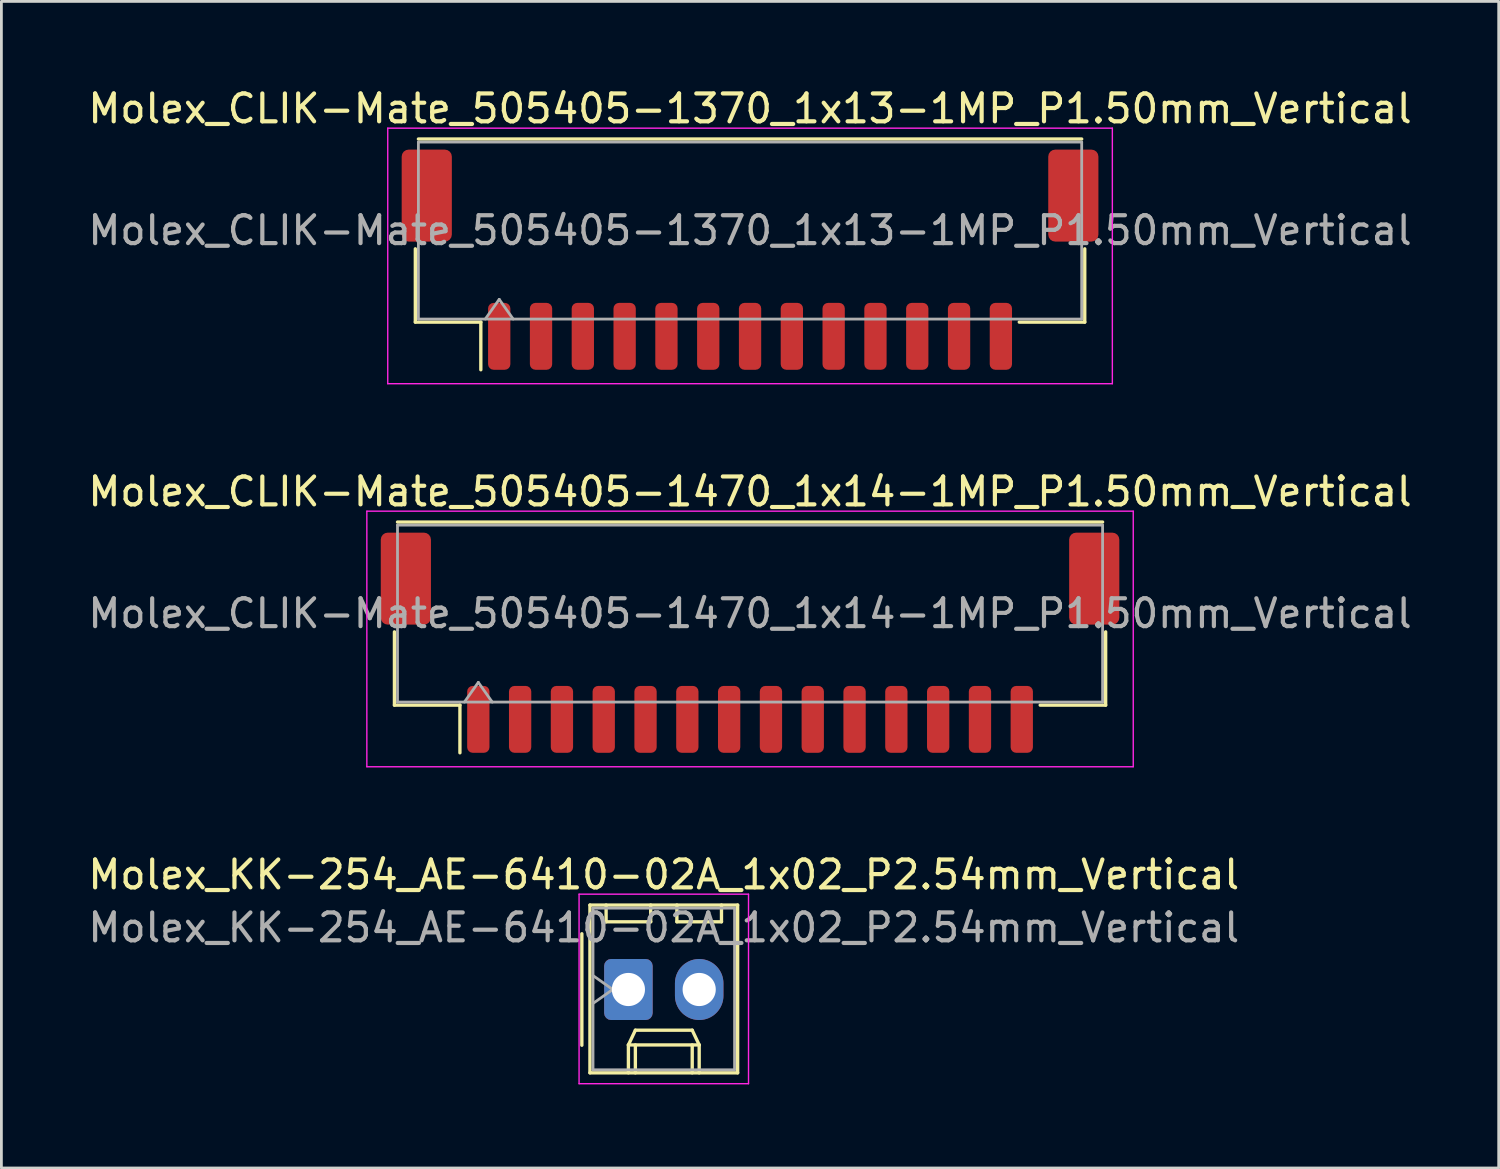
<source format=kicad_pcb>
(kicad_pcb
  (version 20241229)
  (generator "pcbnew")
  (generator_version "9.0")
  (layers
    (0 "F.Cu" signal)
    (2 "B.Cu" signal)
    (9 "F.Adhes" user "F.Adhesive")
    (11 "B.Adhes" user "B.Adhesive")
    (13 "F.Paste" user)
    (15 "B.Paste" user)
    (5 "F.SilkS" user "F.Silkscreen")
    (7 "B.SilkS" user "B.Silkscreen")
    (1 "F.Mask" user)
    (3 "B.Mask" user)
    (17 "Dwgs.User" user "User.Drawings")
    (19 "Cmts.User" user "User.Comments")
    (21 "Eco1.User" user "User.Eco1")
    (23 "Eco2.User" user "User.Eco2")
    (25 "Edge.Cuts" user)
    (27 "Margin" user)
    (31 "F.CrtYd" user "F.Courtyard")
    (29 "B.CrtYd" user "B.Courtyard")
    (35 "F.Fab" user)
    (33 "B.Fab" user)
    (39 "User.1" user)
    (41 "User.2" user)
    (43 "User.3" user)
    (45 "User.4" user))
  (footprint "Molex_KK-254_AE-6410-02A_1x02_P2.54mm_Vertical"
    (layer "F.Cu")
    (at 19.498 32.455)
    (property "Reference" "Molex_KK-254_AE-6410-02A_1x02_P2.54mm_Vertical" (at 1.27 -4.12 0) (layer "F.SilkS") (effects (font (size 1 1) (thickness 0.15))))
    (attr through_hole)
    (fp_line (start -1.67 -2) (end -1.67 2) (stroke (width 0.12) (type solid)) (layer "F.SilkS"))
    (fp_line (start -1.38 -3.03) (end -1.38 2.99) (stroke (width 0.12) (type solid)) (layer "F.SilkS"))
    (fp_line (start -1.38 2.99) (end 3.92 2.99) (stroke (width 0.12) (type solid)) (layer "F.SilkS"))
    (fp_line (start -0.8 -3.03) (end -0.8 -2.43) (stroke (width 0.12) (type solid)) (layer "F.SilkS"))
    (fp_line (start -0.8 -2.43) (end 0.8 -2.43) (stroke (width 0.12) (type solid)) (layer "F.SilkS"))
    (fp_line (start 0 1.99) (end 0.25 1.46) (stroke (width 0.12) (type solid)) (layer "F.SilkS"))
    (fp_line (start 0 1.99) (end 2.54 1.99) (stroke (width 0.12) (type solid)) (layer "F.SilkS"))
    (fp_line (start 0 2.99) (end 0 1.99) (stroke (width 0.12) (type solid)) (layer "F.SilkS"))
    (fp_line (start 0.25 1.46) (end 2.29 1.46) (stroke (width 0.12) (type solid)) (layer "F.SilkS"))
    (fp_line (start 0.25 2.99) (end 0.25 1.99) (stroke (width 0.12) (type solid)) (layer "F.SilkS"))
    (fp_line (start 0.8 -2.43) (end 0.8 -3.03) (stroke (width 0.12) (type solid)) (layer "F.SilkS"))
    (fp_line (start 1.74 -3.03) (end 1.74 -2.43) (stroke (width 0.12) (type solid)) (layer "F.SilkS"))
    (fp_line (start 1.74 -2.43) (end 3.34 -2.43) (stroke (width 0.12) (type solid)) (layer "F.SilkS"))
    (fp_line (start 2.29 1.46) (end 2.54 1.99) (stroke (width 0.12) (type solid)) (layer "F.SilkS"))
    (fp_line (start 2.29 2.99) (end 2.29 1.99) (stroke (width 0.12) (type solid)) (layer "F.SilkS"))
    (fp_line (start 2.54 1.99) (end 2.54 2.99) (stroke (width 0.12) (type solid)) (layer "F.SilkS"))
    (fp_line (start 3.34 -2.43) (end 3.34 -3.03) (stroke (width 0.12) (type solid)) (layer "F.SilkS"))
    (fp_line (start 3.92 -3.03) (end -1.38 -3.03) (stroke (width 0.12) (type solid)) (layer "F.SilkS"))
    (fp_line (start 3.92 2.99) (end 3.92 -3.03) (stroke (width 0.12) (type solid)) (layer "F.SilkS"))
    (fp_line (start -1.77 -3.42) (end -1.77 3.38) (stroke (width 0.05) (type solid)) (layer "F.CrtYd"))
    (fp_line (start -1.77 3.38) (end 4.31 3.38) (stroke (width 0.05) (type solid)) (layer "F.CrtYd"))
    (fp_line (start 4.31 -3.42) (end -1.77 -3.42) (stroke (width 0.05) (type solid)) (layer "F.CrtYd"))
    (fp_line (start 4.31 3.38) (end 4.31 -3.42) (stroke (width 0.05) (type solid)) (layer "F.CrtYd"))
    (fp_line (start -1.27 -2.92) (end -1.27 2.88) (stroke (width 0.1) (type solid)) (layer "F.Fab"))
    (fp_line (start -1.27 -0.5) (end -0.563 0) (stroke (width 0.1) (type solid)) (layer "F.Fab"))
    (fp_line (start -1.27 2.88) (end 3.81 2.88) (stroke (width 0.1) (type solid)) (layer "F.Fab"))
    (fp_line (start -0.563 0) (end -1.27 0.5) (stroke (width 0.1) (type solid)) (layer "F.Fab"))
    (fp_line (start 3.81 -2.92) (end -1.27 -2.92) (stroke (width 0.1) (type solid)) (layer "F.Fab"))
    (fp_line (start 3.81 2.88) (end 3.81 -2.92) (stroke (width 0.1) (type solid)) (layer "F.Fab"))
    (fp_text user "${REFERENCE}" (at 1.27 -2.22 0) (layer "F.Fab") (effects (font (size 1 1) (thickness 0.15))))
    (pad "1" thru_hole roundrect (at 0 0) (size 1.74 2.19) (drill 1.19) (layers "*.Cu" "*.Mask") (roundrect_rratio 0.144))
    (pad "2" thru_hole oval (at 2.54 0) (size 1.74 2.19) (drill 1.19) (layers "*.Cu" "*.Mask")))
  (footprint "Molex_CLIK-Mate_505405-1470_1x14-1MP_P1.50mm_Vertical"
    (layer "F.Cu")
    (at 23.863 20.012)
    (property "Reference" "Molex_CLIK-Mate_505405-1470_1x14-1MP_P1.50mm_Vertical" (at 0 -5.42 0) (layer "F.SilkS") (effects (font (size 1 1) (thickness 0.15))))
    (attr smd)
    (fp_line (start -12.76 -0.39) (end -12.76 2.24) (stroke (width 0.12) (type solid)) (layer "F.SilkS"))
    (fp_line (start -12.76 2.24) (end -10.41 2.24) (stroke (width 0.12) (type solid)) (layer "F.SilkS"))
    (fp_line (start -12.65 -4.33) (end 12.65 -4.33) (stroke (width 0.12) (type solid)) (layer "F.SilkS"))
    (fp_line (start -10.41 2.24) (end -10.41 3.95) (stroke (width 0.12) (type solid)) (layer "F.SilkS"))
    (fp_line (start 12.76 -0.39) (end 12.76 2.24) (stroke (width 0.12) (type solid)) (layer "F.SilkS"))
    (fp_line (start 12.76 2.24) (end 10.41 2.24) (stroke (width 0.12) (type solid)) (layer "F.SilkS"))
    (fp_line (start -13.75 -4.72) (end -13.75 4.45) (stroke (width 0.05) (type solid)) (layer "F.CrtYd"))
    (fp_line (start -13.75 4.45) (end 13.75 4.45) (stroke (width 0.05) (type solid)) (layer "F.CrtYd"))
    (fp_line (start 13.75 -4.72) (end -13.75 -4.72) (stroke (width 0.05) (type solid)) (layer "F.CrtYd"))
    (fp_line (start 13.75 4.45) (end 13.75 -4.72) (stroke (width 0.05) (type solid)) (layer "F.CrtYd"))
    (fp_line (start -12.65 -4.22) (end 12.65 -4.22) (stroke (width 0.1) (type solid)) (layer "F.Fab"))
    (fp_line (start -12.65 2.13) (end -12.65 -4.22) (stroke (width 0.1) (type solid)) (layer "F.Fab"))
    (fp_line (start -12.65 2.13) (end 12.65 2.13) (stroke (width 0.1) (type solid)) (layer "F.Fab"))
    (fp_line (start -10.25 2.13) (end -9.75 1.423) (stroke (width 0.1) (type solid)) (layer "F.Fab"))
    (fp_line (start -9.75 1.423) (end -9.25 2.13) (stroke (width 0.1) (type solid)) (layer "F.Fab"))
    (fp_line (start 12.65 2.13) (end 12.65 -4.22) (stroke (width 0.1) (type solid)) (layer "F.Fab"))
    (fp_text user "${REFERENCE}" (at 0 -1.05 0) (layer "F.Fab") (effects (font (size 1 1) (thickness 0.15))))
    (pad "1" smd roundrect (at -9.75 2.75) (size 0.8 2.4) (layers "F.Cu" "F.Mask" "F.Paste") (roundrect_rratio 0.25))
    (pad "2" smd roundrect (at -8.25 2.75) (size 0.8 2.4) (layers "F.Cu" "F.Mask" "F.Paste") (roundrect_rratio 0.25))
    (pad "3" smd roundrect (at -6.75 2.75) (size 0.8 2.4) (layers "F.Cu" "F.Mask" "F.Paste") (roundrect_rratio 0.25))
    (pad "4" smd roundrect (at -5.25 2.75) (size 0.8 2.4) (layers "F.Cu" "F.Mask" "F.Paste") (roundrect_rratio 0.25))
    (pad "5" smd roundrect (at -3.75 2.75) (size 0.8 2.4) (layers "F.Cu" "F.Mask" "F.Paste") (roundrect_rratio 0.25))
    (pad "6" smd roundrect (at -2.25 2.75) (size 0.8 2.4) (layers "F.Cu" "F.Mask" "F.Paste") (roundrect_rratio 0.25))
    (pad "7" smd roundrect (at -0.75 2.75) (size 0.8 2.4) (layers "F.Cu" "F.Mask" "F.Paste") (roundrect_rratio 0.25))
    (pad "8" smd roundrect (at 0.75 2.75) (size 0.8 2.4) (layers "F.Cu" "F.Mask" "F.Paste") (roundrect_rratio 0.25))
    (pad "9" smd roundrect (at 2.25 2.75) (size 0.8 2.4) (layers "F.Cu" "F.Mask" "F.Paste") (roundrect_rratio 0.25))
    (pad "10" smd roundrect (at 3.75 2.75) (size 0.8 2.4) (layers "F.Cu" "F.Mask" "F.Paste") (roundrect_rratio 0.25))
    (pad "11" smd roundrect (at 5.25 2.75) (size 0.8 2.4) (layers "F.Cu" "F.Mask" "F.Paste") (roundrect_rratio 0.25))
    (pad "12" smd roundrect (at 6.75 2.75) (size 0.8 2.4) (layers "F.Cu" "F.Mask" "F.Paste") (roundrect_rratio 0.25))
    (pad "13" smd roundrect (at 8.25 2.75) (size 0.8 2.4) (layers "F.Cu" "F.Mask" "F.Paste") (roundrect_rratio 0.25))
    (pad "14" smd roundrect (at 9.75 2.75) (size 0.8 2.4) (layers "F.Cu" "F.Mask" "F.Paste") (roundrect_rratio 0.25))
    (pad "MP" smd roundrect (at -12.35 -2.3) (size 1.8 3.3) (layers "F.Cu" "F.Mask" "F.Paste") (roundrect_rratio 0.139))
    (pad "MP" smd roundrect (at 12.35 -2.3) (size 1.8 3.3) (layers "F.Cu" "F.Mask" "F.Paste") (roundrect_rratio 0.139)))
  (footprint "Molex_CLIK-Mate_505405-1370_1x13-1MP_P1.50mm_Vertical"
    (layer "F.Cu")
    (at 23.863 6.268)
    (property "Reference" "Molex_CLIK-Mate_505405-1370_1x13-1MP_P1.50mm_Vertical" (at 0 -5.42 0) (layer "F.SilkS") (effects (font (size 1 1) (thickness 0.15))))
    (attr smd)
    (fp_line (start -12.01 -0.39) (end -12.01 2.24) (stroke (width 0.12) (type solid)) (layer "F.SilkS"))
    (fp_line (start -12.01 2.24) (end -9.66 2.24) (stroke (width 0.12) (type solid)) (layer "F.SilkS"))
    (fp_line (start -11.9 -4.33) (end 11.9 -4.33) (stroke (width 0.12) (type solid)) (layer "F.SilkS"))
    (fp_line (start -9.66 2.24) (end -9.66 3.95) (stroke (width 0.12) (type solid)) (layer "F.SilkS"))
    (fp_line (start 12.01 -0.39) (end 12.01 2.24) (stroke (width 0.12) (type solid)) (layer "F.SilkS"))
    (fp_line (start 12.01 2.24) (end 9.66 2.24) (stroke (width 0.12) (type solid)) (layer "F.SilkS"))
    (fp_line (start -13 -4.72) (end -13 4.45) (stroke (width 0.05) (type solid)) (layer "F.CrtYd"))
    (fp_line (start -13 4.45) (end 13 4.45) (stroke (width 0.05) (type solid)) (layer "F.CrtYd"))
    (fp_line (start 13 -4.72) (end -13 -4.72) (stroke (width 0.05) (type solid)) (layer "F.CrtYd"))
    (fp_line (start 13 4.45) (end 13 -4.72) (stroke (width 0.05) (type solid)) (layer "F.CrtYd"))
    (fp_line (start -11.9 -4.22) (end 11.9 -4.22) (stroke (width 0.1) (type solid)) (layer "F.Fab"))
    (fp_line (start -11.9 2.13) (end -11.9 -4.22) (stroke (width 0.1) (type solid)) (layer "F.Fab"))
    (fp_line (start -11.9 2.13) (end 11.9 2.13) (stroke (width 0.1) (type solid)) (layer "F.Fab"))
    (fp_line (start -9.5 2.13) (end -9 1.423) (stroke (width 0.1) (type solid)) (layer "F.Fab"))
    (fp_line (start -9 1.423) (end -8.5 2.13) (stroke (width 0.1) (type solid)) (layer "F.Fab"))
    (fp_line (start 11.9 2.13) (end 11.9 -4.22) (stroke (width 0.1) (type solid)) (layer "F.Fab"))
    (fp_text user "${REFERENCE}" (at 0 -1.05 0) (layer "F.Fab") (effects (font (size 1 1) (thickness 0.15))))
    (pad "1" smd roundrect (at -9 2.75) (size 0.8 2.4) (layers "F.Cu" "F.Mask" "F.Paste") (roundrect_rratio 0.25))
    (pad "2" smd roundrect (at -7.5 2.75) (size 0.8 2.4) (layers "F.Cu" "F.Mask" "F.Paste") (roundrect_rratio 0.25))
    (pad "3" smd roundrect (at -6 2.75) (size 0.8 2.4) (layers "F.Cu" "F.Mask" "F.Paste") (roundrect_rratio 0.25))
    (pad "4" smd roundrect (at -4.5 2.75) (size 0.8 2.4) (layers "F.Cu" "F.Mask" "F.Paste") (roundrect_rratio 0.25))
    (pad "5" smd roundrect (at -3 2.75) (size 0.8 2.4) (layers "F.Cu" "F.Mask" "F.Paste") (roundrect_rratio 0.25))
    (pad "6" smd roundrect (at -1.5 2.75) (size 0.8 2.4) (layers "F.Cu" "F.Mask" "F.Paste") (roundrect_rratio 0.25))
    (pad "7" smd roundrect (at 0 2.75) (size 0.8 2.4) (layers "F.Cu" "F.Mask" "F.Paste") (roundrect_rratio 0.25))
    (pad "8" smd roundrect (at 1.5 2.75) (size 0.8 2.4) (layers "F.Cu" "F.Mask" "F.Paste") (roundrect_rratio 0.25))
    (pad "9" smd roundrect (at 3 2.75) (size 0.8 2.4) (layers "F.Cu" "F.Mask" "F.Paste") (roundrect_rratio 0.25))
    (pad "10" smd roundrect (at 4.5 2.75) (size 0.8 2.4) (layers "F.Cu" "F.Mask" "F.Paste") (roundrect_rratio 0.25))
    (pad "11" smd roundrect (at 6 2.75) (size 0.8 2.4) (layers "F.Cu" "F.Mask" "F.Paste") (roundrect_rratio 0.25))
    (pad "12" smd roundrect (at 7.5 2.75) (size 0.8 2.4) (layers "F.Cu" "F.Mask" "F.Paste") (roundrect_rratio 0.25))
    (pad "13" smd roundrect (at 9 2.75) (size 0.8 2.4) (layers "F.Cu" "F.Mask" "F.Paste") (roundrect_rratio 0.25))
    (pad "MP" smd roundrect (at -11.6 -2.3) (size 1.8 3.3) (layers "F.Cu" "F.Mask" "F.Paste") (roundrect_rratio 0.139))
    (pad "MP" smd roundrect (at 11.6 -2.3) (size 1.8 3.3) (layers "F.Cu" "F.Mask" "F.Paste") (roundrect_rratio 0.139)))
  (gr_rect
    (start -3 -3)
    (end 50.726 38.86)
    (stroke (width 0.1) (type default))
    (fill no)
    (layer "Edge.Cuts")))
</source>
